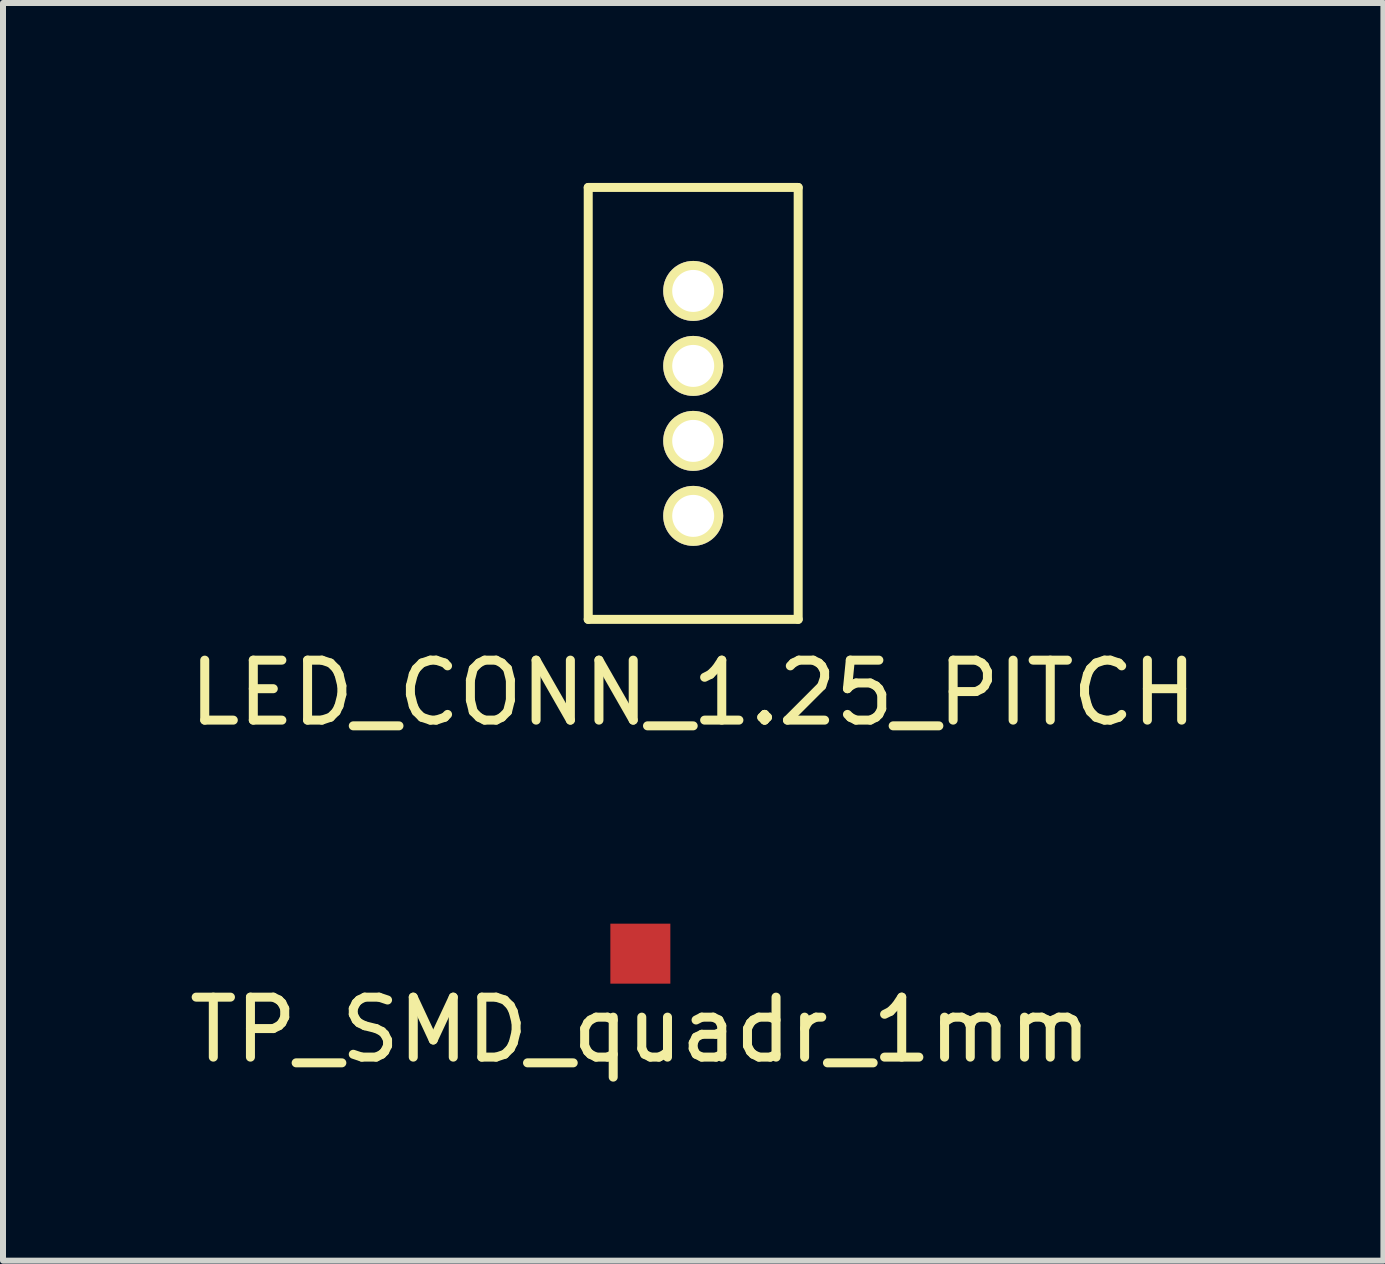
<source format=kicad_pcb>
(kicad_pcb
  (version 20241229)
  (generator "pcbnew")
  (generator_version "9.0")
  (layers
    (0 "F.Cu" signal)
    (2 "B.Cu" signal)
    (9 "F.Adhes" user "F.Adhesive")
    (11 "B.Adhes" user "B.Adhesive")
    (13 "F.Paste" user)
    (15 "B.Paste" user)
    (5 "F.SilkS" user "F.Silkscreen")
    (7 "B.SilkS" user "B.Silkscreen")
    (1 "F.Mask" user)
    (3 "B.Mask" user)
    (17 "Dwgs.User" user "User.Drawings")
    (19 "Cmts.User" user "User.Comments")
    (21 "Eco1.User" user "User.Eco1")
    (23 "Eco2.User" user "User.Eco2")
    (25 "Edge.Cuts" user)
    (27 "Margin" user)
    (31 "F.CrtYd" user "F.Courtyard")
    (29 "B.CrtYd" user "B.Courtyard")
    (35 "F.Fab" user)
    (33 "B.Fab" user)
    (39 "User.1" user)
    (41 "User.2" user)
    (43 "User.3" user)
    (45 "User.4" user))
  (footprint "TP_SMD_quadr_1mm"
    (layer "F.Cu")
    (at 7.625 12.848)
    (property "Reference" "TP_SMD_quadr_1mm" (at 0 1.27 0) (layer "F.SilkS") (effects (font (size 1 1) (thickness 0.15))))
    (attr through_hole)
    (pad "1" smd rect (at 0 0) (size 1 1) (layers "F.Cu" "F.Mask" "F.Paste")))
  (footprint "LED_CONN_1.25_PITCH"
    (layer "F.Cu")
    (at 8.506 1.8)
    (property "Reference" "LED_CONN_1.25_PITCH" (at 0 6.7 0) (layer "F.SilkS") (effects (font (size 1 1) (thickness 0.15))))
    (attr through_hole)
    (fp_line (start -1.75 -1.725) (end -1.75 5.475) (stroke (width 0.15) (type solid)) (layer "F.SilkS"))
    (fp_line (start -1.75 -1.725) (end 1.75 -1.725) (stroke (width 0.15) (type solid)) (layer "F.SilkS"))
    (fp_line (start -1.75 5.475) (end 1.75 5.475) (stroke (width 0.15) (type solid)) (layer "F.SilkS"))
    (fp_line (start 1.75 -1.725) (end 1.75 5.475) (stroke (width 0.15) (type solid)) (layer "F.SilkS"))
    (pad "1" thru_hole circle (at 0 0) (size 1 1) (drill 0.7) (layers "*.Cu" "*.Mask" "F.SilkS"))
    (pad "2" thru_hole circle (at 0 1.25) (size 1 1) (drill 0.7) (layers "*.Cu" "*.Mask" "F.SilkS"))
    (pad "3" thru_hole circle (at 0 2.5) (size 1 1) (drill 0.7) (layers "*.Cu" "*.Mask" "F.SilkS"))
    (pad "4" thru_hole circle (at 0 3.75) (size 1 1) (drill 0.7) (layers "*.Cu" "*.Mask" "F.SilkS")))
  (gr_rect
    (start -3 -3)
    (end 20.012 17.966)
    (stroke (width 0.1) (type default))
    (fill no)
    (layer "Edge.Cuts")))
</source>
